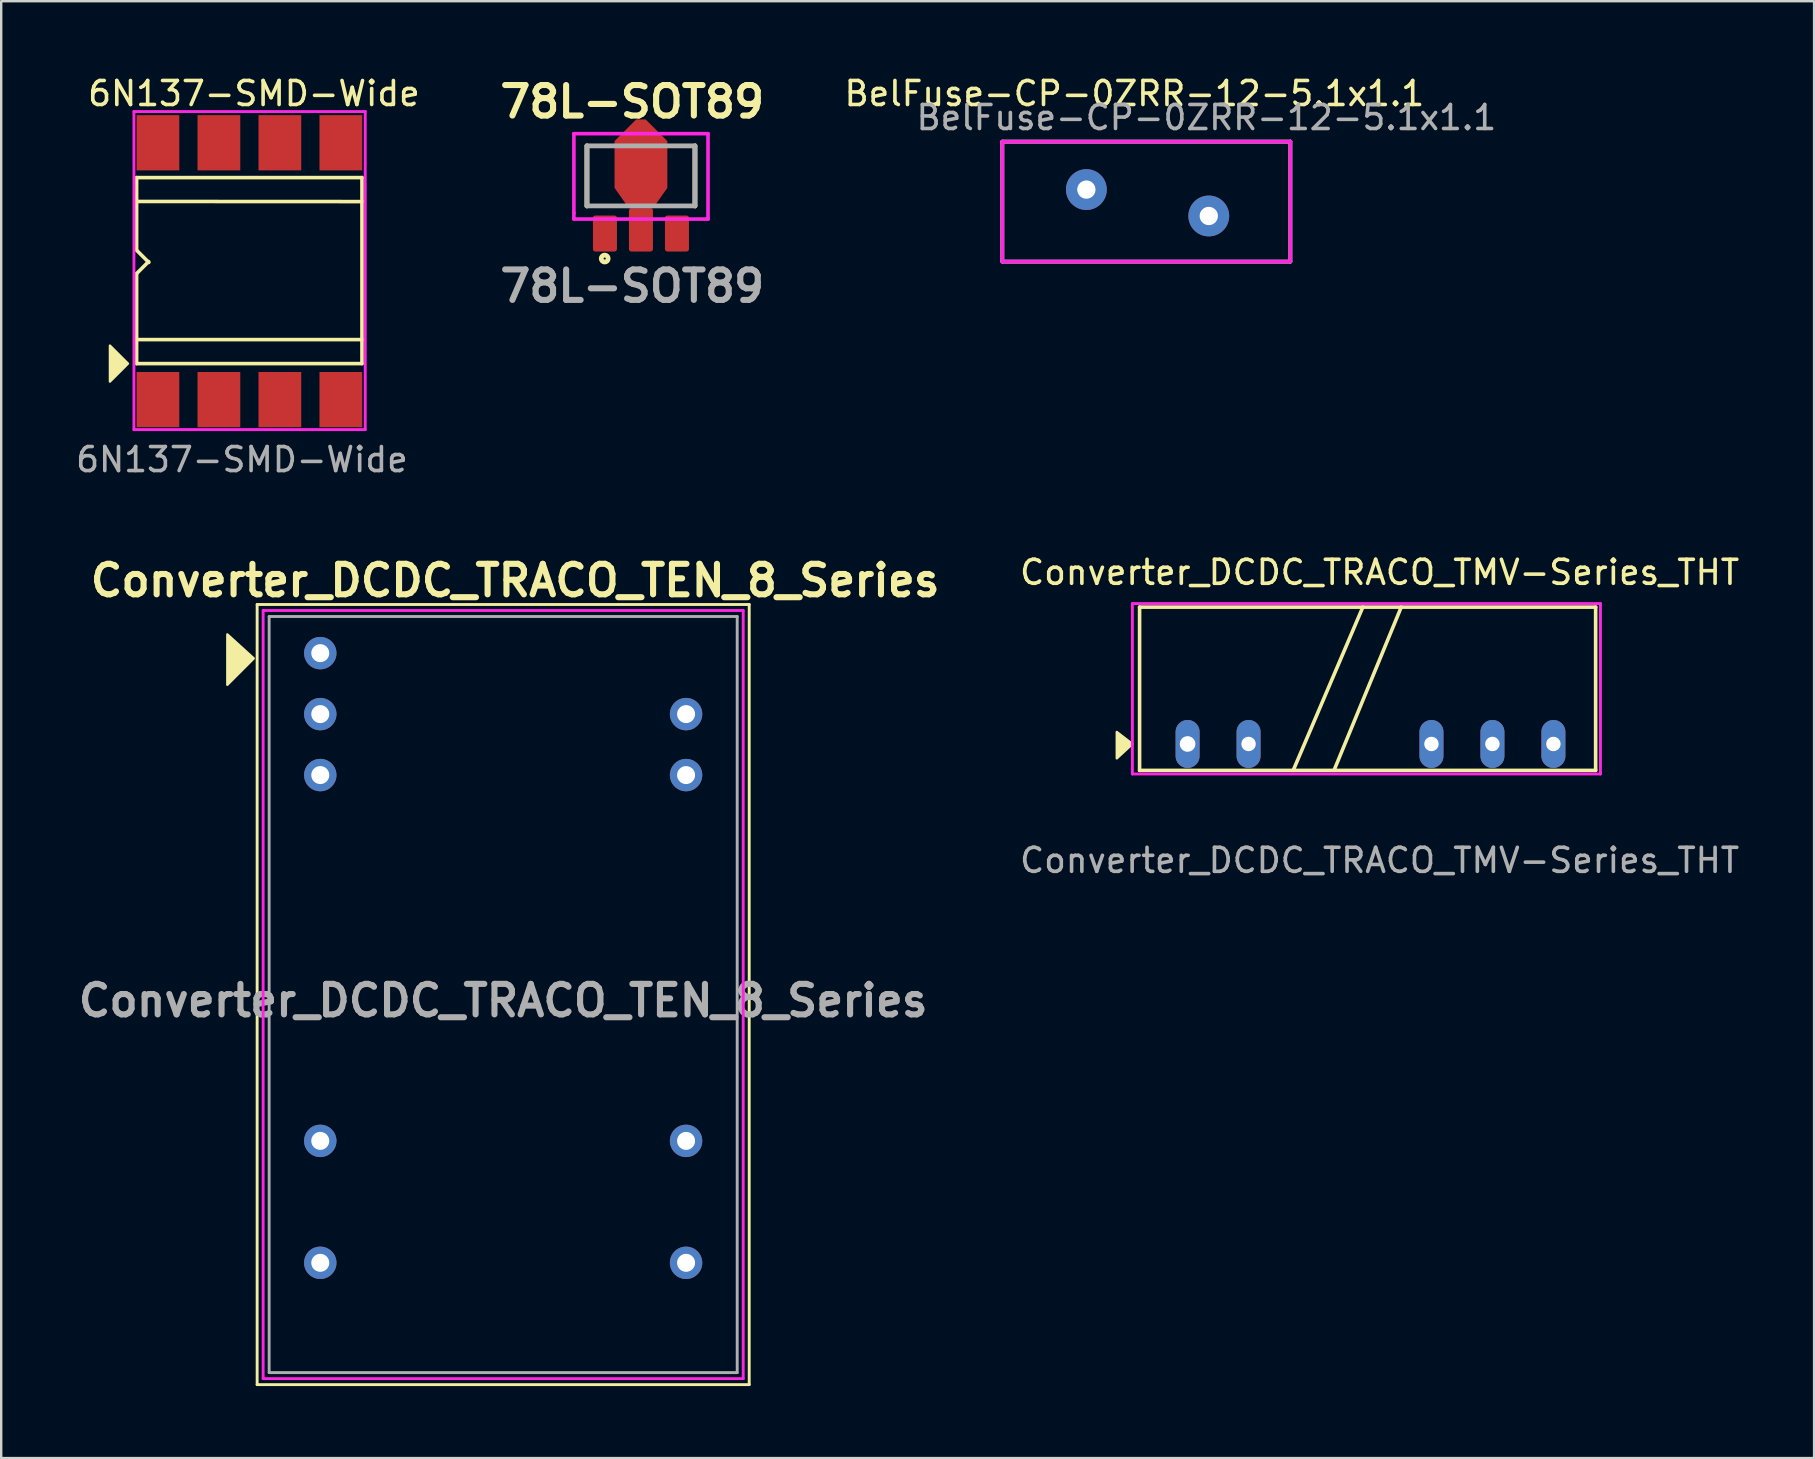
<source format=kicad_pcb>
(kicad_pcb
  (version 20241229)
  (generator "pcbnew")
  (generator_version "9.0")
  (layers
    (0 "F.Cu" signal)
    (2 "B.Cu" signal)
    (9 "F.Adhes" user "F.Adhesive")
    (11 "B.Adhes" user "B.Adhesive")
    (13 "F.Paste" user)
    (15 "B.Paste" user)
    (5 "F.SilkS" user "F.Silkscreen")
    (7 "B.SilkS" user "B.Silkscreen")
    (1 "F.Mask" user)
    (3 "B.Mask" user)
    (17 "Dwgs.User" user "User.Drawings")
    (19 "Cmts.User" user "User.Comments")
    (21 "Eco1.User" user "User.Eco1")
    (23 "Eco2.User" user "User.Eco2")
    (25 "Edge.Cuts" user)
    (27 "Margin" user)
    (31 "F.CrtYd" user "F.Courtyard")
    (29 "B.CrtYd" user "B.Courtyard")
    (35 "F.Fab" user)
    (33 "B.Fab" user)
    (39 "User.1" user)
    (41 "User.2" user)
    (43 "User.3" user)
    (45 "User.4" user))
  (footprint "78L-SOT89"
    (layer "F.Cu")
    (at 23.653 4.028)
    (property "Reference" "78L-SOT89" (at -0.366 -2.839 0) (layer "F.SilkS") (effects (font (size 1.27 1.27) (thickness 0.254))))
    (attr smd)
    (fp_line (start -2.25 1.5) (end -2.25 -1) (stroke (width 0.2) (type solid)) (layer "F.SilkS"))
    (fp_line (start 2.25 -1) (end 2.25 1.5) (stroke (width 0.2) (type solid)) (layer "F.SilkS"))
    (fp_circle (center -1.51 3.694) (end -1.51 3.738) (stroke (width 0.2) (type solid)) (fill no) (layer "F.SilkS"))
    (fp_line (start -2.794 -1.508) (end 2.794 -1.508) (stroke (width 0.15) (type solid)) (layer "F.CrtYd"))
    (fp_line (start -2.794 1.794) (end -2.794 -1.508) (stroke (width 0.15) (type solid)) (layer "F.CrtYd"))
    (fp_line (start -2.794 2.048) (end -2.794 1.794) (stroke (width 0.15) (type solid)) (layer "F.CrtYd"))
    (fp_line (start 2.794 -1.508) (end 2.794 2.048) (stroke (width 0.15) (type solid)) (layer "F.CrtYd"))
    (fp_line (start 2.794 2.048) (end -2.794 2.048) (stroke (width 0.15) (type solid)) (layer "F.CrtYd"))
    (fp_line (start -2.25 -1) (end 2.25 -1) (stroke (width 0.2) (type solid)) (layer "F.Fab"))
    (fp_line (start -2.25 1.5) (end -2.25 -1) (stroke (width 0.2) (type solid)) (layer "F.Fab"))
    (fp_line (start 2.25 -1) (end 2.25 1.5) (stroke (width 0.2) (type solid)) (layer "F.Fab"))
    (fp_line (start 2.25 1.5) (end -2.25 1.5) (stroke (width 0.2) (type solid)) (layer "F.Fab"))
    (fp_text user "${REFERENCE}" (at -0.366 4.842 0) (layer "F.Fab") (effects (font (size 1.27 1.27) (thickness 0.254))))
    (pad "1" smd roundrect (at -1.5 2.65) (size 1 1.5) (layers "F.Cu" "F.Mask" "F.Paste") (roundrect_rratio 0.1))
    (pad "2" smd roundrect (at 0 2.5) (size 1 1.8) (layers "F.Cu" "F.Mask" "F.Paste") (roundrect_rratio 0.1))
    (pad "3" smd roundrect (at 1.5 2.65) (size 1 1.5) (layers "F.Cu" "F.Mask" "F.Paste") (roundrect_rratio 0.1))
    (pad "4" smd custom (at 0 -1) (size 1 1) (layers "F.Cu" "F.Mask" "F.Paste") (options (anchor rect)) (primitives (gr_poly (pts (xy -0.2 -1.1) (xy 0.2 -1.1) (xy 1.1 -0.2) (xy 1.1 1.75) (xy 0.5 2.6) (xy -0.5 2.6) (xy -1.1 1.75) (xy -1.1 -0.2)) (width 0) (fill yes)))))
  (footprint "Converter_DCDC_TRACO_TMV-Series_THT"
    (layer "F.Cu")
    (at 46.427 27.945)
    (property "Reference" "Converter_DCDC_TRACO_TMV-Series_THT" (at 8 -7.15 0) (layer "F.SilkS") (effects (font (size 1 1) (thickness 0.15))))
    (attr through_hole)
    (fp_line (start -2 -5.7) (end -2 1.1) (stroke (width 0.15) (type solid)) (layer "F.SilkS"))
    (fp_line (start -2 -5.7) (end 17 -5.7) (stroke (width 0.15) (type solid)) (layer "F.SilkS"))
    (fp_line (start 4.4 1.1) (end 7.3 -5.7) (stroke (width 0.15) (type solid)) (layer "F.SilkS"))
    (fp_line (start 6.1 1.1) (end 8.9 -5.7) (stroke (width 0.15) (type solid)) (layer "F.SilkS"))
    (fp_line (start 17 -5.7) (end 17 1.1) (stroke (width 0.15) (type solid)) (layer "F.SilkS"))
    (fp_line (start 17 1.1) (end -2 1.1) (stroke (width 0.15) (type solid)) (layer "F.SilkS"))
    (fp_poly (pts (xy -2.3 0) (xy -2.95 0.6) (xy -2.95 -0.5)) (stroke (width 0.1) (type solid)) (fill yes) (layer "F.SilkS"))
    (fp_line (start -2.3 -5.85) (end -2.3 1.25) (stroke (width 0.12) (type solid)) (layer "F.CrtYd"))
    (fp_line (start -2.3 1.25) (end 17.2 1.25) (stroke (width 0.12) (type solid)) (layer "F.CrtYd"))
    (fp_line (start 17.2 -5.85) (end -2.3 -5.85) (stroke (width 0.12) (type solid)) (layer "F.CrtYd"))
    (fp_line (start 17.2 1.25) (end 17.2 -5.85) (stroke (width 0.12) (type solid)) (layer "F.CrtYd"))
    (fp_text user "${REFERENCE}" (at 8 4.85 0) (layer "F.Fab") (effects (font (size 1 1) (thickness 0.15))))
    (pad "1" thru_hole oval (at 0 0) (size 1 2) (drill 0.65) (layers "*.Cu" "*.Mask"))
    (pad "2" thru_hole oval (at 2.54 0) (size 1 2) (drill 0.6) (layers "*.Cu" "*.Mask"))
    (pad "5" thru_hole oval (at 10.16 0) (size 1 2) (drill 0.6) (layers "*.Cu" "*.Mask"))
    (pad "6" thru_hole oval (at 12.7 0) (size 1 2) (drill 0.6) (layers "*.Cu" "*.Mask"))
    (pad "7" thru_hole oval (at 15.24 0) (size 1 2) (drill 0.6) (layers "*.Cu" "*.Mask")))
  (footprint "BelFuse-CP-0ZRR-12-5.1x1.1"
    (layer "F.Cu")
    (at 42.21 4.848)
    (property "Reference" "BelFuse-CP-0ZRR-12-5.1x1.1" (at 2 -4 0) (layer "F.SilkS") (effects (font (size 1 1) (thickness 0.15))))
    (attr through_hole)
    (fp_line (start -3.5 -2) (end 8.5 -2) (stroke (width 0.15) (type solid)) (layer "F.SilkS"))
    (fp_line (start -3.5 3) (end -3.5 -2) (stroke (width 0.15) (type solid)) (layer "F.SilkS"))
    (fp_line (start 8.5 -2) (end 8.5 3) (stroke (width 0.15) (type solid)) (layer "F.SilkS"))
    (fp_line (start 8.5 3) (end -3.5 3) (stroke (width 0.15) (type solid)) (layer "F.SilkS"))
    (fp_line (start -3.5 -2) (end 8.5 -2) (stroke (width 0.15) (type solid)) (layer "F.CrtYd"))
    (fp_line (start -3.5 3) (end -3.5 -2) (stroke (width 0.15) (type solid)) (layer "F.CrtYd"))
    (fp_line (start 8.5 -2) (end 8.5 3) (stroke (width 0.15) (type solid)) (layer "F.CrtYd"))
    (fp_line (start 8.5 3) (end -3.5 3) (stroke (width 0.15) (type solid)) (layer "F.CrtYd"))
    (fp_line (start -3.5 -2) (end 8.5 -2) (stroke (width 0.15) (type solid)) (layer "F.Fab"))
    (fp_line (start -3.5 3) (end -3.5 -2) (stroke (width 0.15) (type solid)) (layer "F.Fab"))
    (fp_line (start 8.5 -2) (end 8.5 3) (stroke (width 0.15) (type solid)) (layer "F.Fab"))
    (fp_line (start 8.5 3) (end -3.5 3) (stroke (width 0.15) (type solid)) (layer "F.Fab"))
    (fp_text user "${REFERENCE}" (at 5 -3 0) (layer "F.Fab") (effects (font (size 1 1) (thickness 0.15))))
    (pad "1" thru_hole circle (at 0 0) (size 1.7 1.7) (drill 0.762) (layers "*.Cu" "*.Mask"))
    (pad "2" thru_hole circle (at 5.1 1.1) (size 1.7 1.7) (drill 0.762) (layers "*.Cu" "*.Mask")))
  (footprint "6N137-SMD-Wide"
    (layer "F.Cu")
    (at 7.34 8.264)
    (property "Reference" "6N137-SMD-Wide" (at 0.19 -7.416 0) (layer "F.SilkS") (effects (font (size 1 1) (thickness 0.15))))
    (attr smd)
    (fp_line (start -4.699 -3.916) (end -4.699 -0.916) (stroke (width 0.15) (type solid)) (layer "F.SilkS"))
    (fp_line (start -4.699 -3.916) (end 4.69 -3.916) (stroke (width 0.15) (type solid)) (layer "F.SilkS"))
    (fp_line (start -4.699 -2.921) (end 4.69 -2.916) (stroke (width 0.15) (type solid)) (layer "F.SilkS"))
    (fp_line (start -4.699 0.084) (end -4.699 3.834) (stroke (width 0.15) (type solid)) (layer "F.SilkS"))
    (fp_line (start -4.699 2.834) (end 4.69 2.834) (stroke (width 0.15) (type solid)) (layer "F.SilkS"))
    (fp_line (start -4.691 -0.881) (end -4.191 -0.381) (stroke (width 0.15) (type solid)) (layer "F.SilkS"))
    (fp_line (start -4.199 -0.416) (end -4.699 0.084) (stroke (width 0.15) (type solid)) (layer "F.SilkS"))
    (fp_line (start 4.69 -3.916) (end 4.69 3.834) (stroke (width 0.15) (type solid)) (layer "F.SilkS"))
    (fp_line (start 4.69 3.834) (end -4.699 3.834) (stroke (width 0.15) (type solid)) (layer "F.SilkS"))
    (fp_poly (pts (xy -5.06 3.834) (xy -5.81 4.584) (xy -5.81 3.084)) (stroke (width 0.1) (type solid)) (fill yes) (layer "F.SilkS"))
    (fp_line (start -4.81 -6.666) (end 4.826 -6.666) (stroke (width 0.12) (type solid)) (layer "F.CrtYd"))
    (fp_line (start -4.81 6.584) (end -4.81 -6.666) (stroke (width 0.12) (type solid)) (layer "F.CrtYd"))
    (fp_line (start 4.826 -6.666) (end 4.826 6.584) (stroke (width 0.12) (type solid)) (layer "F.CrtYd"))
    (fp_line (start 4.826 6.584) (end -4.81 6.584) (stroke (width 0.12) (type solid)) (layer "F.CrtYd"))
    (fp_text user "${REFERENCE}" (at -0.31 7.834 0) (layer "F.Fab") (effects (font (size 1 1) (thickness 0.15))))
    (pad "1" smd rect (at -3.81 5.334) (size 1.78 2.3) (layers "F.Cu" "F.Mask" "F.Paste"))
    (pad "2" smd rect (at -1.27 5.334) (size 1.78 2.3) (layers "F.Cu" "F.Mask" "F.Paste"))
    (pad "3" smd rect (at 1.27 5.334) (size 1.78 2.3) (layers "F.Cu" "F.Mask" "F.Paste"))
    (pad "4" smd rect (at 3.81 5.334) (size 1.78 2.3) (layers "F.Cu" "F.Mask" "F.Paste"))
    (pad "5" smd rect (at 3.81 -5.366) (size 1.78 2.3) (layers "F.Cu" "F.Mask" "F.Paste"))
    (pad "6" smd rect (at 1.27 -5.366) (size 1.78 2.3) (layers "F.Cu" "F.Mask" "F.Paste"))
    (pad "7" smd rect (at -1.27 -5.366) (size 1.78 2.3) (layers "F.Cu" "F.Mask" "F.Paste"))
    (pad "8" smd rect (at -3.81 -5.366) (size 1.78 2.3) (layers "F.Cu" "F.Mask" "F.Paste")))
  (footprint "Converter_DCDC_TRACO_TEN_8_Series"
    (layer "F.Cu")
    (at 17.913 38.385)
    (property "Reference" "Converter_DCDC_TRACO_TEN_8_Series" (at 0.5 -17.25 0) (layer "F.SilkS") (effects (font (size 1.27 1.27) (thickness 0.254))))
    (attr through_hole)
    (fp_line (start -10.25 -16.25) (end 10.25 -16.25) (stroke (width 0.12) (type solid)) (layer "F.SilkS"))
    (fp_line (start -10.25 16.25) (end -10.25 -16.25) (stroke (width 0.12) (type solid)) (layer "F.SilkS"))
    (fp_line (start 10.25 -16.25) (end 10.25 16.25) (stroke (width 0.12) (type solid)) (layer "F.SilkS"))
    (fp_line (start 10.25 16.25) (end -10.25 16.25) (stroke (width 0.12) (type solid)) (layer "F.SilkS"))
    (fp_poly (pts (xy -10.392 -14.005) (xy -11.492 -12.905) (xy -11.492 -15.005)) (stroke (width 0.1) (type solid)) (fill yes) (layer "F.SilkS"))
    (fp_line (start -10 -16) (end 10 -16) (stroke (width 0.12) (type solid)) (layer "F.CrtYd"))
    (fp_line (start -10 16) (end -10 -16) (stroke (width 0.12) (type solid)) (layer "F.CrtYd"))
    (fp_line (start 10 -16) (end 10 16) (stroke (width 0.12) (type solid)) (layer "F.CrtYd"))
    (fp_line (start 10 16) (end -10 16) (stroke (width 0.12) (type solid)) (layer "F.CrtYd"))
    (fp_line (start -9.75 -15.75) (end 9.75 -15.75) (stroke (width 0.12) (type solid)) (layer "F.Fab"))
    (fp_line (start -9.75 15.75) (end -9.75 -15.75) (stroke (width 0.12) (type solid)) (layer "F.Fab"))
    (fp_line (start 9.75 -15.75) (end 9.75 15.75) (stroke (width 0.12) (type solid)) (layer "F.Fab"))
    (fp_line (start 9.75 15.75) (end -9.75 15.75) (stroke (width 0.12) (type solid)) (layer "F.Fab"))
    (fp_text user "${REFERENCE}" (at 0 0.25 0) (layer "F.Fab") (effects (font (size 1.27 1.27) (thickness 0.254))))
    (pad "1" thru_hole circle (at -7.62 -14.224) (size 1.35 1.35) (drill 0.75) (layers "*.Cu" "*.Mask"))
    (pad "2" thru_hole circle (at -7.62 -11.684) (size 1.35 1.35) (drill 0.75) (layers "*.Cu" "*.Mask"))
    (pad "3" thru_hole circle (at -7.62 -9.144) (size 1.35 1.35) (drill 0.75) (layers "*.Cu" "*.Mask"))
    (pad "9" thru_hole circle (at -7.62 6.096) (size 1.35 1.35) (drill 0.75) (layers "*.Cu" "*.Mask"))
    (pad "11" thru_hole circle (at -7.62 11.176) (size 1.35 1.35) (drill 0.75) (layers "*.Cu" "*.Mask"))
    (pad "14" thru_hole circle (at 7.62 11.176) (size 1.35 1.35) (drill 0.75) (layers "*.Cu" "*.Mask"))
    (pad "16" thru_hole circle (at 7.62 6.096) (size 1.35 1.35) (drill 0.75) (layers "*.Cu" "*.Mask"))
    (pad "22" thru_hole circle (at 7.62 -9.144) (size 1.35 1.35) (drill 0.75) (layers "*.Cu" "*.Mask"))
    (pad "23" thru_hole circle (at 7.62 -11.684) (size 1.35 1.35) (drill 0.75) (layers "*.Cu" "*.Mask")))
  (gr_rect
    (start -3 -3)
    (end 72.528 57.695)
    (stroke (width 0.1) (type default))
    (fill no)
    (layer "Edge.Cuts")))
</source>
